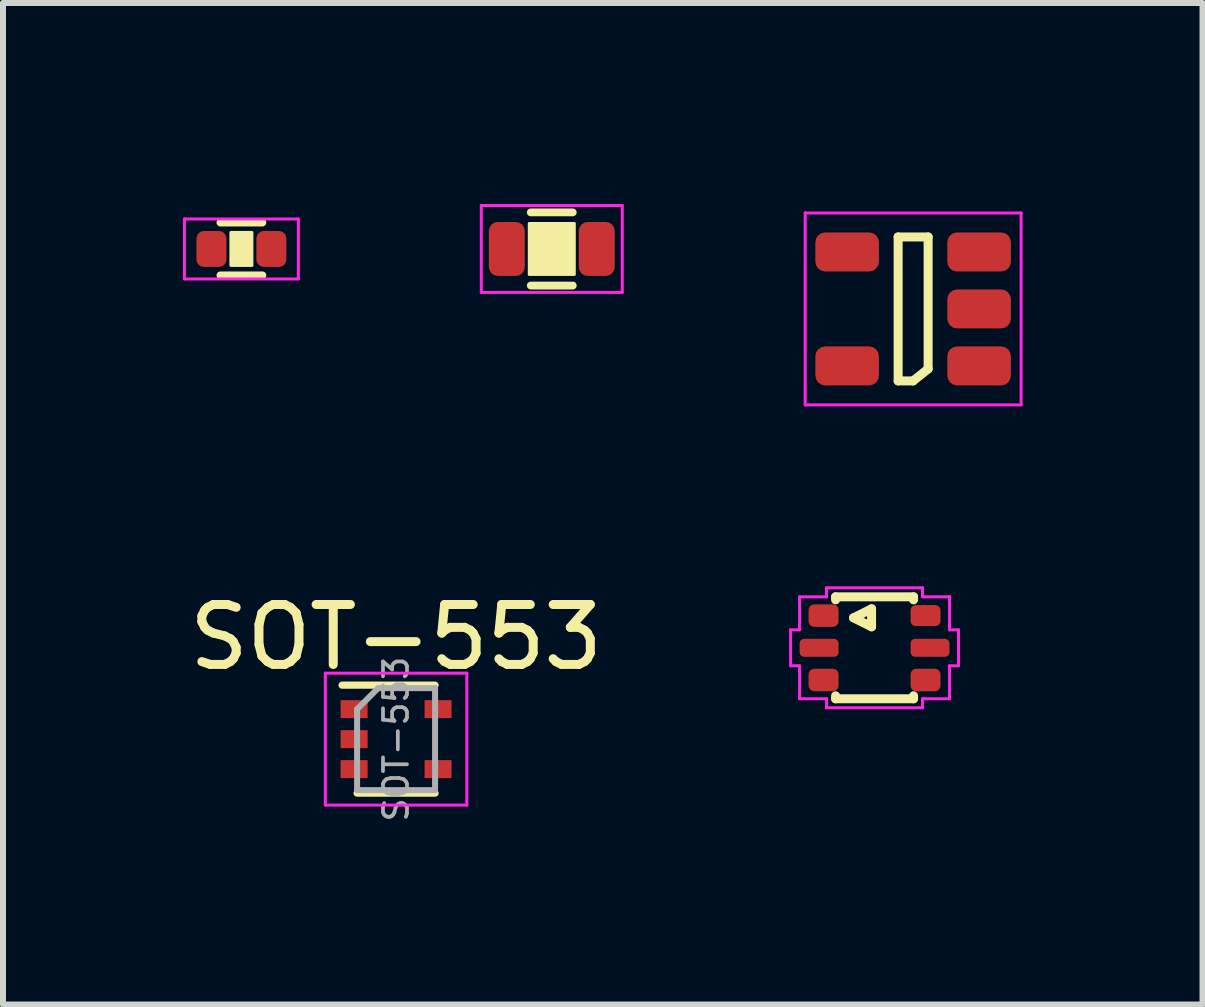
<source format=kicad_pcb>
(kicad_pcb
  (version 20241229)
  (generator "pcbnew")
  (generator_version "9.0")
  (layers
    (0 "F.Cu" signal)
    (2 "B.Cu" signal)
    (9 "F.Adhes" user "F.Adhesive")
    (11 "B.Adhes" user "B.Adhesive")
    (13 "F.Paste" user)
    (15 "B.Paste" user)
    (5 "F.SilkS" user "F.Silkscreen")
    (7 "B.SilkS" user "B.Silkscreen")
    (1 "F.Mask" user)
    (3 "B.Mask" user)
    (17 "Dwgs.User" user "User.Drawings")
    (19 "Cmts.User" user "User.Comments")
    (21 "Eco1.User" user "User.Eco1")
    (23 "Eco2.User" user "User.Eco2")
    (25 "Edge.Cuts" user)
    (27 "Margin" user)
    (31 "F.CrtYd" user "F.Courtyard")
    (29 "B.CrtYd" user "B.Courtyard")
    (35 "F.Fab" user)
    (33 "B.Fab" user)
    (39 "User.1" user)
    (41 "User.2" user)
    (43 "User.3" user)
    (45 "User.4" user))
  (footprint "R_0603"
    (layer "F.Cu")
    (at 6.15 1.101)
    (property "Reference" "R_0603" (at 0 -1.1 0) (layer "F.Fab") (effects (font (size 0.001 0.001) (thickness 0.15))))
    (attr smd)
    (fp_line (start -0.35 -0.61) (end 0.35 -0.61) (stroke (width 0.13) (type solid)) (layer "F.SilkS"))
    (fp_line (start 0.35 0.61) (end -0.35 0.61) (stroke (width 0.13) (type solid)) (layer "F.SilkS"))
    (fp_poly (pts (xy 0.375 0.425) (xy 0.375 -0.425) (xy -0.375 -0.425) (xy -0.375 0.425) (xy 0.25 0.425)) (stroke (width 0.05) (type solid)) (fill yes) (layer "F.SilkS"))
    (fp_line (start -1.175 -0.725) (end -1.175 0.725) (stroke (width 0.05) (type solid)) (layer "F.CrtYd"))
    (fp_line (start -1.175 -0.725) (end 1.175 -0.725) (stroke (width 0.05) (type solid)) (layer "F.CrtYd"))
    (fp_line (start -1.175 0.725) (end 1.175 0.725) (stroke (width 0.05) (type solid)) (layer "F.CrtYd"))
    (fp_line (start 1.175 -0.725) (end 1.175 0.725) (stroke (width 0.05) (type solid)) (layer "F.CrtYd"))
    (pad "1" smd roundrect (at -0.75 0) (size 0.6 0.9) (layers "F.Cu" "F.Mask" "F.Paste") (roundrect_rratio 0.25))
    (pad "2" smd roundrect (at 0.75 0) (size 0.6 0.9) (layers "F.Cu" "F.Mask" "F.Paste") (roundrect_rratio 0.25)))
  (footprint "SOT-666"
    (layer "F.Cu")
    (at 11.532 7.751)
    (property "Reference" "SOT-666" (at 0 0 180) (layer "F.Fab") (effects (font (size 0.001 0.001) (thickness 0.15))))
    (attr through_hole)
    (fp_line (start -0.65 -0.85) (end 0.65 -0.85) (stroke (width 0.15) (type solid)) (layer "F.SilkS"))
    (fp_line (start -0.65 -0.8) (end -0.65 -0.85) (stroke (width 0.15) (type solid)) (layer "F.SilkS"))
    (fp_line (start -0.65 0.85) (end -0.65 0.8) (stroke (width 0.15) (type solid)) (layer "F.SilkS"))
    (fp_line (start -0.35 -0.5) (end -0.05 -0.65) (stroke (width 0.15) (type solid)) (layer "F.SilkS"))
    (fp_line (start -0.05 -0.65) (end -0.05 -0.35) (stroke (width 0.15) (type solid)) (layer "F.SilkS"))
    (fp_line (start -0.05 -0.35) (end -0.35 -0.5) (stroke (width 0.15) (type solid)) (layer "F.SilkS"))
    (fp_line (start 0.65 -0.85) (end 0.65 -0.8) (stroke (width 0.15) (type solid)) (layer "F.SilkS"))
    (fp_line (start 0.65 0.8) (end 0.65 0.85) (stroke (width 0.15) (type solid)) (layer "F.SilkS"))
    (fp_line (start 0.65 0.85) (end -0.65 0.85) (stroke (width 0.15) (type solid)) (layer "F.SilkS"))
    (fp_line (start -1.4 -0.3) (end -1.4 0.3) (stroke (width 0.05) (type solid)) (layer "F.CrtYd"))
    (fp_line (start -1.25 -0.85) (end -1.25 -0.3) (stroke (width 0.05) (type solid)) (layer "F.CrtYd"))
    (fp_line (start -1.25 -0.85) (end -0.8 -0.85) (stroke (width 0.05) (type solid)) (layer "F.CrtYd"))
    (fp_line (start -1.25 -0.3) (end -1.4 -0.3) (stroke (width 0.05) (type solid)) (layer "F.CrtYd"))
    (fp_line (start -1.25 0.3) (end -1.4 0.3) (stroke (width 0.05) (type solid)) (layer "F.CrtYd"))
    (fp_line (start -1.25 0.85) (end -1.25 0.3) (stroke (width 0.05) (type solid)) (layer "F.CrtYd"))
    (fp_line (start -0.8 -1) (end 0.8 -1) (stroke (width 0.05) (type solid)) (layer "F.CrtYd"))
    (fp_line (start -0.8 -0.85) (end -0.8 -1) (stroke (width 0.05) (type solid)) (layer "F.CrtYd"))
    (fp_line (start -0.8 0.85) (end -1.25 0.85) (stroke (width 0.05) (type solid)) (layer "F.CrtYd"))
    (fp_line (start -0.8 1) (end -0.8 0.85) (stroke (width 0.05) (type solid)) (layer "F.CrtYd"))
    (fp_line (start 0.8 -1) (end 0.8 -0.85) (stroke (width 0.05) (type solid)) (layer "F.CrtYd"))
    (fp_line (start 0.8 -0.85) (end 1.25 -0.85) (stroke (width 0.05) (type solid)) (layer "F.CrtYd"))
    (fp_line (start 0.8 0.85) (end 0.8 1) (stroke (width 0.05) (type solid)) (layer "F.CrtYd"))
    (fp_line (start 0.8 1) (end -0.8 1) (stroke (width 0.05) (type solid)) (layer "F.CrtYd"))
    (fp_line (start 1.25 -0.85) (end 1.25 -0.3) (stroke (width 0.05) (type solid)) (layer "F.CrtYd"))
    (fp_line (start 1.25 -0.3) (end 1.4 -0.3) (stroke (width 0.05) (type solid)) (layer "F.CrtYd"))
    (fp_line (start 1.25 0.3) (end 1.25 0.85) (stroke (width 0.05) (type solid)) (layer "F.CrtYd"))
    (fp_line (start 1.25 0.85) (end 0.8 0.85) (stroke (width 0.05) (type solid)) (layer "F.CrtYd"))
    (fp_line (start 1.4 -0.3) (end 1.4 0.3) (stroke (width 0.05) (type solid)) (layer "F.CrtYd"))
    (fp_line (start 1.4 0.3) (end 1.25 0.3) (stroke (width 0.05) (type solid)) (layer "F.CrtYd"))
    (pad "1" smd roundrect (at -0.85 -0.537 270) (size 0.375 0.5) (layers "F.Cu" "F.Mask" "F.Paste") (roundrect_rratio 0.25))
    (pad "2" smd roundrect (at -0.925 0 270) (size 0.3 0.65) (layers "F.Cu" "F.Mask" "F.Paste") (roundrect_rratio 0.25))
    (pad "3" smd roundrect (at -0.85 0.537 270) (size 0.375 0.5) (layers "F.Cu" "F.Mask" "F.Paste") (roundrect_rratio 0.25))
    (pad "4" smd roundrect (at 0.85 0.537 270) (size 0.375 0.5) (layers "F.Cu" "F.Mask" "F.Paste") (roundrect_rratio 0.25))
    (pad "5" smd roundrect (at 0.925 0 270) (size 0.3 0.65) (layers "F.Cu" "F.Mask" "F.Paste") (roundrect_rratio 0.25))
    (pad "6" smd roundrect (at 0.85 -0.537 270) (size 0.35 0.5) (layers "F.Cu" "F.Mask" "F.Paste") (roundrect_rratio 0.25)))
  (footprint "SOT-553"
    (layer "F.Cu")
    (at 3.554 9.274)
    (property "Reference" "SOT-553" (at 0 -1.7 0) (layer "F.SilkS") (effects (font (size 1 1) (thickness 0.15))))
    (attr smd)
    (fp_line (start -0.9 -0.9) (end 0.65 -0.9) (stroke (width 0.12) (type solid)) (layer "F.SilkS"))
    (fp_line (start 0.65 0.9) (end -0.65 0.9) (stroke (width 0.12) (type solid)) (layer "F.SilkS"))
    (fp_line (start -1.18 -1.1) (end -1.18 1.1) (stroke (width 0.05) (type solid)) (layer "F.CrtYd"))
    (fp_line (start -1.18 -1.1) (end 1.18 -1.1) (stroke (width 0.05) (type solid)) (layer "F.CrtYd"))
    (fp_line (start 1.18 1.1) (end -1.18 1.1) (stroke (width 0.05) (type solid)) (layer "F.CrtYd"))
    (fp_line (start 1.18 1.1) (end 1.18 -1.1) (stroke (width 0.05) (type solid)) (layer "F.CrtYd"))
    (fp_line (start -0.65 -0.5) (end -0.65 0.85) (stroke (width 0.1) (type solid)) (layer "F.Fab"))
    (fp_line (start -0.65 -0.5) (end -0.3 -0.85) (stroke (width 0.1) (type solid)) (layer "F.Fab"))
    (fp_line (start -0.65 0.85) (end 0.65 0.85) (stroke (width 0.1) (type solid)) (layer "F.Fab"))
    (fp_line (start 0.65 -0.85) (end -0.3 -0.85) (stroke (width 0.1) (type solid)) (layer "F.Fab"))
    (fp_line (start 0.65 0.85) (end 0.65 -0.85) (stroke (width 0.1) (type solid)) (layer "F.Fab"))
    (fp_text user "${REFERENCE}" (at 0 0 90) (layer "F.Fab") (effects (font (size 0.4 0.4) (thickness 0.062))))
    (pad "1" smd rect (at -0.7 -0.5) (size 0.45 0.3) (layers "F.Cu" "F.Mask" "F.Paste"))
    (pad "2" smd rect (at -0.7 0) (size 0.45 0.3) (layers "F.Cu" "F.Mask" "F.Paste"))
    (pad "3" smd rect (at -0.7 0.5) (size 0.45 0.3) (layers "F.Cu" "F.Mask" "F.Paste"))
    (pad "4" smd rect (at 0.7 0.5) (size 0.45 0.3) (layers "F.Cu" "F.Mask" "F.Paste"))
    (pad "5" smd rect (at 0.7 -0.5) (size 0.45 0.3) (layers "F.Cu" "F.Mask" "F.Paste")))
  (footprint "SOT-23-5"
    (layer "F.Cu")
    (at 12.175 2.101)
    (property "Reference" "SOT-23-5" (at 0 -2.1 0) (layer "F.Fab") (effects (font (size 0.001 0.001) (thickness 0.15))))
    (attr smd)
    (fp_line (start -0.25 -1.2) (end -0.25 1.2) (stroke (width 0.15) (type solid)) (layer "F.SilkS"))
    (fp_line (start -0.25 1.2) (end 0 1.2) (stroke (width 0.15) (type solid)) (layer "F.SilkS"))
    (fp_line (start 0 1.2) (end 0.25 1) (stroke (width 0.15) (type solid)) (layer "F.SilkS"))
    (fp_line (start 0.25 -1.2) (end -0.25 -1.2) (stroke (width 0.15) (type solid)) (layer "F.SilkS"))
    (fp_line (start 0.25 1) (end 0.25 -1.2) (stroke (width 0.15) (type solid)) (layer "F.SilkS"))
    (fp_line (start -1.8 -1.6) (end 1.8 -1.6) (stroke (width 0.05) (type solid)) (layer "F.CrtYd"))
    (fp_line (start -1.8 1.6) (end -1.8 -1.6) (stroke (width 0.05) (type solid)) (layer "F.CrtYd"))
    (fp_line (start 1.8 -1.6) (end 1.8 1.6) (stroke (width 0.05) (type solid)) (layer "F.CrtYd"))
    (fp_line (start 1.8 1.6) (end -1.8 1.6) (stroke (width 0.05) (type solid)) (layer "F.CrtYd"))
    (pad "1" smd roundrect (at 1.1 0.95 180) (size 1.06 0.65) (layers "F.Cu" "F.Mask" "F.Paste") (roundrect_rratio 0.25))
    (pad "2" smd roundrect (at 1.1 0 180) (size 1.06 0.65) (layers "F.Cu" "F.Mask" "F.Paste") (roundrect_rratio 0.25))
    (pad "3" smd roundrect (at 1.1 -0.95 180) (size 1.06 0.65) (layers "F.Cu" "F.Mask" "F.Paste") (roundrect_rratio 0.25))
    (pad "4" smd roundrect (at -1.1 -0.95 180) (size 1.06 0.65) (layers "F.Cu" "F.Mask" "F.Paste") (roundrect_rratio 0.25))
    (pad "5" smd roundrect (at -1.1 0.95 180) (size 1.06 0.65) (layers "F.Cu" "F.Mask" "F.Paste") (roundrect_rratio 0.25)))
  (footprint "R_0402"
    (layer "F.Cu")
    (at 0.975 1.101)
    (property "Reference" "R_0402" (at 0 -1.1 0) (layer "F.Fab") (effects (font (size 0.001 0.001) (thickness 0.15))))
    (attr smd)
    (fp_line (start -0.35 -0.44) (end 0.35 -0.44) (stroke (width 0.13) (type solid)) (layer "F.SilkS"))
    (fp_line (start 0.35 0.44) (end -0.35 0.44) (stroke (width 0.13) (type solid)) (layer "F.SilkS"))
    (fp_poly (pts (xy -0.175 0.275) (xy -0.175 -0.275) (xy 0.175 -0.275) (xy 0.175 0.275) (xy -0.1 0.275)) (stroke (width 0.05) (type solid)) (fill yes) (layer "F.SilkS"))
    (fp_line (start -0.95 -0.5) (end -0.95 0.5) (stroke (width 0.05) (type solid)) (layer "F.CrtYd"))
    (fp_line (start -0.95 -0.5) (end 0.95 -0.5) (stroke (width 0.05) (type solid)) (layer "F.CrtYd"))
    (fp_line (start -0.95 0.5) (end 0.95 0.5) (stroke (width 0.05) (type solid)) (layer "F.CrtYd"))
    (fp_line (start 0.95 -0.5) (end 0.95 0.5) (stroke (width 0.05) (type solid)) (layer "F.CrtYd"))
    (pad "1" smd roundrect (at -0.5 0) (size 0.5 0.6) (layers "F.Cu" "F.Mask" "F.Paste") (roundrect_rratio 0.25))
    (pad "2" smd roundrect (at 0.5 0) (size 0.5 0.6) (layers "F.Cu" "F.Mask" "F.Paste") (roundrect_rratio 0.25)))
  (gr_rect
    (start -3 -3)
    (end 17 13.699)
    (stroke (width 0.1) (type default))
    (fill no)
    (layer "Edge.Cuts")))
</source>
